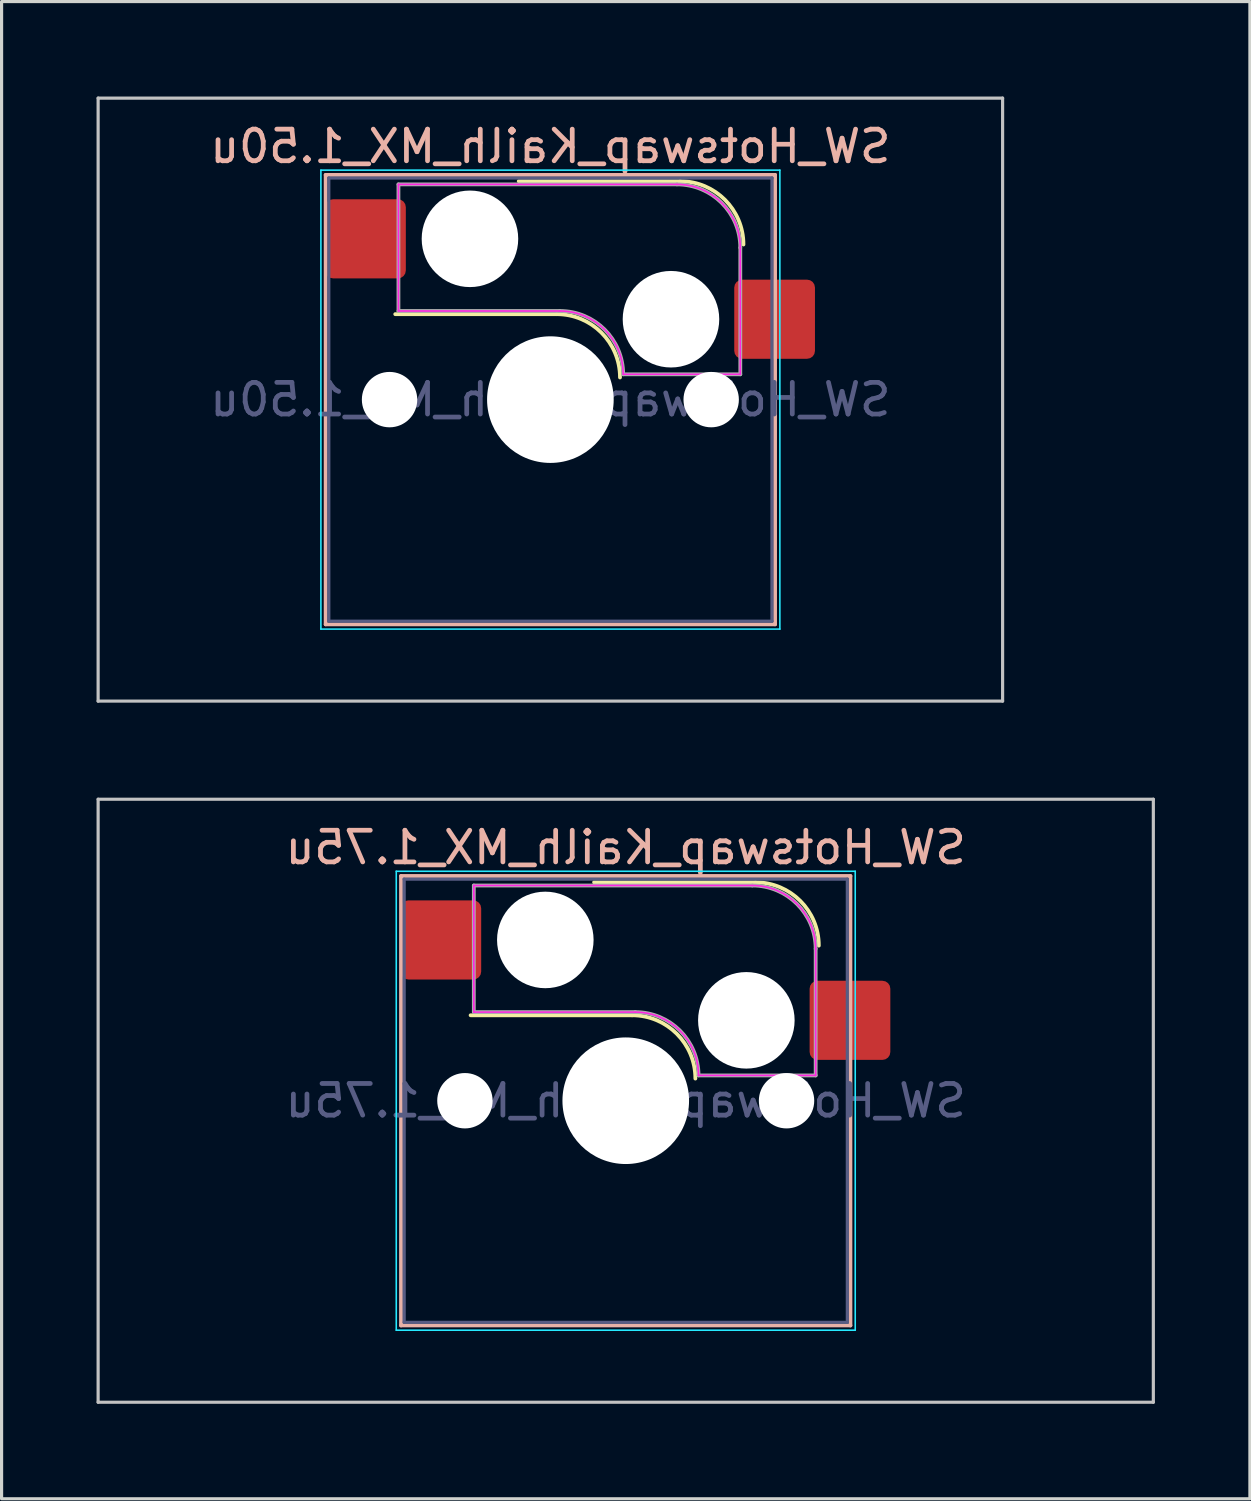
<source format=kicad_pcb>
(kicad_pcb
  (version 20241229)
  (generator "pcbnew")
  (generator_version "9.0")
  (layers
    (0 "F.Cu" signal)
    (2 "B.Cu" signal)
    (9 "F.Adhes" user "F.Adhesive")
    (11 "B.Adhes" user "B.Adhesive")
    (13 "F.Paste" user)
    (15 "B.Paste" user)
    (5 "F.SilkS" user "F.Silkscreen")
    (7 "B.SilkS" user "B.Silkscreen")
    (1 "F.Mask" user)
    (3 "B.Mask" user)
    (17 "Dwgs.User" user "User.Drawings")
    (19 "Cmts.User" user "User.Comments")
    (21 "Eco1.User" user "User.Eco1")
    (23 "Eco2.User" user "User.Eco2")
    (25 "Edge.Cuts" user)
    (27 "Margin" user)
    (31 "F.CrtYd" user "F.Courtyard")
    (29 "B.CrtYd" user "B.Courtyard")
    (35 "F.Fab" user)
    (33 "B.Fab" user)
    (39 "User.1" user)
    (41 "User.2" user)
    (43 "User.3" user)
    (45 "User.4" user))
  (footprint "SW_Hotswap_Kailh_MX_1.50u"
    (layer "F.Cu")
    (at 14.9 4.8)
    (property "Reference" "SW_Hotswap_Kailh_MX_1.50u" (at -0.562 -3.225 0) (layer "B.SilkS") (effects (font (size 1 1) (thickness 0.15)) (justify mirror)))
    (attr smd)
    (fp_line (start -0.362 2.075) (end -5.463 2.075) (stroke (width 0.12) (type solid)) (layer "F.SilkS"))
    (fp_line (start 3.538 -2.125) (end -1.562 -2.125) (stroke (width 0.12) (type solid)) (layer "F.SilkS"))
    (fp_arc (start -0.3625 2.075) (mid 1.051714 2.660786) (end 1.6375 4.075) (stroke (width 0.12) (type solid)) (layer "F.SilkS"))
    (fp_arc (start 3.5375 -2.125) (mid 4.951714 -1.539214) (end 5.5375 -0.125) (stroke (width 0.12) (type solid)) (layer "F.SilkS"))
    (fp_line (start -7.662 -2.325) (end 6.537 -2.325) (stroke (width 0.12) (type solid)) (layer "B.SilkS"))
    (fp_line (start -7.662 11.875) (end -7.662 -2.325) (stroke (width 0.12) (type solid)) (layer "B.SilkS"))
    (fp_line (start 6.537 -2.325) (end 6.537 11.875) (stroke (width 0.12) (type solid)) (layer "B.SilkS"))
    (fp_line (start 6.537 11.875) (end -7.662 11.875) (stroke (width 0.12) (type solid)) (layer "B.SilkS"))
    (fp_line (start -14.85 -4.75) (end 13.725 -4.75) (stroke (width 0.1) (type solid)) (layer "Dwgs.User"))
    (fp_line (start -14.85 14.3) (end -14.85 -4.75) (stroke (width 0.1) (type solid)) (layer "Dwgs.User"))
    (fp_line (start 13.725 -4.75) (end 13.725 14.3) (stroke (width 0.1) (type solid)) (layer "Dwgs.User"))
    (fp_line (start 13.725 14.3) (end -14.85 14.3) (stroke (width 0.1) (type solid)) (layer "Dwgs.User"))
    (fp_line (start -8.363 -1.225) (end -8.363 1.875) (stroke (width 0.1) (type solid)) (layer "Eco1.User"))
    (fp_line (start -8.363 1.875) (end -7.562 1.875) (stroke (width 0.1) (type solid)) (layer "Eco1.User"))
    (fp_line (start -8.363 7.675) (end -8.363 10.775) (stroke (width 0.1) (type solid)) (layer "Eco1.User"))
    (fp_line (start -8.363 10.775) (end -7.562 10.775) (stroke (width 0.1) (type solid)) (layer "Eco1.User"))
    (fp_line (start -7.562 -2.225) (end -7.562 -1.225) (stroke (width 0.1) (type solid)) (layer "Eco1.User"))
    (fp_line (start -7.562 -1.225) (end -8.363 -1.225) (stroke (width 0.1) (type solid)) (layer "Eco1.User"))
    (fp_line (start -7.562 1.875) (end -7.562 7.675) (stroke (width 0.1) (type solid)) (layer "Eco1.User"))
    (fp_line (start -7.562 7.675) (end -8.363 7.675) (stroke (width 0.1) (type solid)) (layer "Eco1.User"))
    (fp_line (start -7.562 10.775) (end -7.562 11.775) (stroke (width 0.1) (type solid)) (layer "Eco1.User"))
    (fp_line (start -7.562 11.775) (end 6.438 11.775) (stroke (width 0.1) (type solid)) (layer "Eco1.User"))
    (fp_line (start 6.438 -2.225) (end -7.562 -2.225) (stroke (width 0.1) (type solid)) (layer "Eco1.User"))
    (fp_line (start 6.438 -1.225) (end 6.438 -2.225) (stroke (width 0.1) (type solid)) (layer "Eco1.User"))
    (fp_line (start 6.438 1.875) (end 7.237 1.875) (stroke (width 0.1) (type solid)) (layer "Eco1.User"))
    (fp_line (start 6.438 7.675) (end 6.438 1.875) (stroke (width 0.1) (type solid)) (layer "Eco1.User"))
    (fp_line (start 6.438 10.775) (end 7.237 10.775) (stroke (width 0.1) (type solid)) (layer "Eco1.User"))
    (fp_line (start 6.438 11.775) (end 6.438 10.775) (stroke (width 0.1) (type solid)) (layer "Eco1.User"))
    (fp_line (start 7.237 -1.225) (end 6.438 -1.225) (stroke (width 0.1) (type solid)) (layer "Eco1.User"))
    (fp_line (start 7.237 1.875) (end 7.237 -1.225) (stroke (width 0.1) (type solid)) (layer "Eco1.User"))
    (fp_line (start 7.237 7.675) (end 6.438 7.675) (stroke (width 0.1) (type solid)) (layer "Eco1.User"))
    (fp_line (start 7.237 10.775) (end 7.237 7.675) (stroke (width 0.1) (type solid)) (layer "Eco1.User"))
    (fp_line (start -7.812 -2.475) (end 6.688 -2.475) (stroke (width 0.05) (type solid)) (layer "B.CrtYd"))
    (fp_line (start -7.812 12.025) (end -7.812 -2.475) (stroke (width 0.05) (type solid)) (layer "B.CrtYd"))
    (fp_line (start 6.688 -2.475) (end 6.688 12.025) (stroke (width 0.05) (type solid)) (layer "B.CrtYd"))
    (fp_line (start 6.688 12.025) (end -7.812 12.025) (stroke (width 0.05) (type solid)) (layer "B.CrtYd"))
    (fp_line (start -5.362 -2.025) (end -5.362 1.975) (stroke (width 0.05) (type solid)) (layer "F.CrtYd"))
    (fp_line (start -0.263 1.975) (end -5.362 1.975) (stroke (width 0.05) (type solid)) (layer "F.CrtYd"))
    (fp_line (start 3.438 -2.025) (end -5.362 -2.025) (stroke (width 0.05) (type solid)) (layer "F.CrtYd"))
    (fp_line (start 5.438 3.975) (end 1.738 3.975) (stroke (width 0.05) (type solid)) (layer "F.CrtYd"))
    (fp_line (start 5.438 3.975) (end 5.438 -0.025) (stroke (width 0.05) (type solid)) (layer "F.CrtYd"))
    (fp_arc (start -0.2625 1.975) (mid 1.151714 2.560786) (end 1.7375 3.975) (stroke (width 0.05) (type solid)) (layer "F.CrtYd"))
    (fp_arc (start 3.4375 -2.025) (mid 4.851714 -1.439214) (end 5.4375 -0.025) (stroke (width 0.05) (type solid)) (layer "F.CrtYd"))
    (fp_line (start -7.562 -2.225) (end 6.438 -2.225) (stroke (width 0.1) (type solid)) (layer "B.Fab"))
    (fp_line (start -7.562 11.775) (end -7.562 -2.225) (stroke (width 0.1) (type solid)) (layer "B.Fab"))
    (fp_line (start 6.438 -2.225) (end 6.438 11.775) (stroke (width 0.1) (type solid)) (layer "B.Fab"))
    (fp_line (start 6.438 11.775) (end -7.562 11.775) (stroke (width 0.1) (type solid)) (layer "B.Fab"))
    (fp_line (start -5.362 -2.025) (end -5.362 1.975) (stroke (width 0.12) (type solid)) (layer "F.Fab"))
    (fp_line (start -0.263 1.975) (end -5.362 1.975) (stroke (width 0.12) (type solid)) (layer "F.Fab"))
    (fp_line (start 3.438 -2.025) (end -5.362 -2.025) (stroke (width 0.12) (type solid)) (layer "F.Fab"))
    (fp_line (start 5.438 3.975) (end 1.738 3.975) (stroke (width 0.12) (type solid)) (layer "F.Fab"))
    (fp_line (start 5.438 3.975) (end 5.438 -0.025) (stroke (width 0.12) (type solid)) (layer "F.Fab"))
    (fp_arc (start -0.2625 1.975) (mid 1.151714 2.560786) (end 1.7375 3.975) (stroke (width 0.12) (type solid)) (layer "F.Fab"))
    (fp_arc (start 3.4375 -2.025) (mid 4.851714 -1.439214) (end 5.4375 -0.025) (stroke (width 0.12) (type solid)) (layer "F.Fab"))
    (fp_text user "${REFERENCE}" (at -0.562 4.775 0) (layer "B.Fab") (effects (font (size 1 1) (thickness 0.15)) (justify mirror)))
    (pad "" np_thru_hole circle (at -5.643 4.775) (size 1.75 1.75) (drill 1.75) (layers "*.Cu" "*.Mask"))
    (pad "" np_thru_hole circle (at -3.103 -0.305) (size 3.05 3.05) (drill 3.05) (layers "*.Cu" "*.Mask"))
    (pad "" np_thru_hole circle (at -0.562 4.775) (size 4 4) (drill 4) (layers "*.Cu" "*.Mask"))
    (pad "" np_thru_hole circle (at 3.248 2.235) (size 3.05 3.05) (drill 3.05) (layers "*.Cu" "*.Mask"))
    (pad "" np_thru_hole circle (at 4.518 4.775) (size 1.75 1.75) (drill 1.75) (layers "*.Cu" "*.Mask"))
    (pad "1" smd roundrect (at 6.522 2.235) (size 2.55 2.5) (layers "F.Cu" "F.Mask" "F.Paste") (roundrect_rratio 0.1))
    (pad "2" smd roundrect (at -6.404 -0.305) (size 2.55 2.5) (layers "F.Cu" "F.Mask" "F.Paste") (roundrect_rratio 0.1)))
  (footprint "SW_Hotswap_Kailh_MX_1.75u"
    (layer "F.Cu")
    (at 17.281 26.95)
    (property "Reference" "SW_Hotswap_Kailh_MX_1.75u" (at -0.562 -3.225 0) (layer "B.SilkS") (effects (font (size 1 1) (thickness 0.15)) (justify mirror)))
    (attr smd)
    (fp_line (start -0.362 2.075) (end -5.463 2.075) (stroke (width 0.12) (type solid)) (layer "F.SilkS"))
    (fp_line (start 3.538 -2.125) (end -1.562 -2.125) (stroke (width 0.12) (type solid)) (layer "F.SilkS"))
    (fp_arc (start -0.3625 2.075) (mid 1.051714 2.660786) (end 1.6375 4.075) (stroke (width 0.12) (type solid)) (layer "F.SilkS"))
    (fp_arc (start 3.5375 -2.125) (mid 4.951714 -1.539214) (end 5.5375 -0.125) (stroke (width 0.12) (type solid)) (layer "F.SilkS"))
    (fp_line (start -7.662 -2.325) (end 6.537 -2.325) (stroke (width 0.12) (type solid)) (layer "B.SilkS"))
    (fp_line (start -7.662 11.875) (end -7.662 -2.325) (stroke (width 0.12) (type solid)) (layer "B.SilkS"))
    (fp_line (start 6.537 -2.325) (end 6.537 11.875) (stroke (width 0.12) (type solid)) (layer "B.SilkS"))
    (fp_line (start 6.537 11.875) (end -7.662 11.875) (stroke (width 0.12) (type solid)) (layer "B.SilkS"))
    (fp_line (start -17.231 -4.75) (end 16.106 -4.75) (stroke (width 0.1) (type solid)) (layer "Dwgs.User"))
    (fp_line (start -17.231 14.3) (end -17.231 -4.75) (stroke (width 0.1) (type solid)) (layer "Dwgs.User"))
    (fp_line (start 16.106 -4.75) (end 16.106 14.3) (stroke (width 0.1) (type solid)) (layer "Dwgs.User"))
    (fp_line (start 16.106 14.3) (end -17.231 14.3) (stroke (width 0.1) (type solid)) (layer "Dwgs.User"))
    (fp_line (start -8.363 -1.225) (end -8.363 1.875) (stroke (width 0.1) (type solid)) (layer "Eco1.User"))
    (fp_line (start -8.363 1.875) (end -7.562 1.875) (stroke (width 0.1) (type solid)) (layer "Eco1.User"))
    (fp_line (start -8.363 7.675) (end -8.363 10.775) (stroke (width 0.1) (type solid)) (layer "Eco1.User"))
    (fp_line (start -8.363 10.775) (end -7.562 10.775) (stroke (width 0.1) (type solid)) (layer "Eco1.User"))
    (fp_line (start -7.562 -2.225) (end -7.562 -1.225) (stroke (width 0.1) (type solid)) (layer "Eco1.User"))
    (fp_line (start -7.562 -1.225) (end -8.363 -1.225) (stroke (width 0.1) (type solid)) (layer "Eco1.User"))
    (fp_line (start -7.562 1.875) (end -7.562 7.675) (stroke (width 0.1) (type solid)) (layer "Eco1.User"))
    (fp_line (start -7.562 7.675) (end -8.363 7.675) (stroke (width 0.1) (type solid)) (layer "Eco1.User"))
    (fp_line (start -7.562 10.775) (end -7.562 11.775) (stroke (width 0.1) (type solid)) (layer "Eco1.User"))
    (fp_line (start -7.562 11.775) (end 6.438 11.775) (stroke (width 0.1) (type solid)) (layer "Eco1.User"))
    (fp_line (start 6.438 -2.225) (end -7.562 -2.225) (stroke (width 0.1) (type solid)) (layer "Eco1.User"))
    (fp_line (start 6.438 -1.225) (end 6.438 -2.225) (stroke (width 0.1) (type solid)) (layer "Eco1.User"))
    (fp_line (start 6.438 1.875) (end 7.237 1.875) (stroke (width 0.1) (type solid)) (layer "Eco1.User"))
    (fp_line (start 6.438 7.675) (end 6.438 1.875) (stroke (width 0.1) (type solid)) (layer "Eco1.User"))
    (fp_line (start 6.438 10.775) (end 7.237 10.775) (stroke (width 0.1) (type solid)) (layer "Eco1.User"))
    (fp_line (start 6.438 11.775) (end 6.438 10.775) (stroke (width 0.1) (type solid)) (layer "Eco1.User"))
    (fp_line (start 7.237 -1.225) (end 6.438 -1.225) (stroke (width 0.1) (type solid)) (layer "Eco1.User"))
    (fp_line (start 7.237 1.875) (end 7.237 -1.225) (stroke (width 0.1) (type solid)) (layer "Eco1.User"))
    (fp_line (start 7.237 7.675) (end 6.438 7.675) (stroke (width 0.1) (type solid)) (layer "Eco1.User"))
    (fp_line (start 7.237 10.775) (end 7.237 7.675) (stroke (width 0.1) (type solid)) (layer "Eco1.User"))
    (fp_line (start -7.812 -2.475) (end 6.688 -2.475) (stroke (width 0.05) (type solid)) (layer "B.CrtYd"))
    (fp_line (start -7.812 12.025) (end -7.812 -2.475) (stroke (width 0.05) (type solid)) (layer "B.CrtYd"))
    (fp_line (start 6.688 -2.475) (end 6.688 12.025) (stroke (width 0.05) (type solid)) (layer "B.CrtYd"))
    (fp_line (start 6.688 12.025) (end -7.812 12.025) (stroke (width 0.05) (type solid)) (layer "B.CrtYd"))
    (fp_line (start -5.362 -2.025) (end -5.362 1.975) (stroke (width 0.05) (type solid)) (layer "F.CrtYd"))
    (fp_line (start -0.263 1.975) (end -5.362 1.975) (stroke (width 0.05) (type solid)) (layer "F.CrtYd"))
    (fp_line (start 3.438 -2.025) (end -5.362 -2.025) (stroke (width 0.05) (type solid)) (layer "F.CrtYd"))
    (fp_line (start 5.438 3.975) (end 1.738 3.975) (stroke (width 0.05) (type solid)) (layer "F.CrtYd"))
    (fp_line (start 5.438 3.975) (end 5.438 -0.025) (stroke (width 0.05) (type solid)) (layer "F.CrtYd"))
    (fp_arc (start -0.2625 1.975) (mid 1.151714 2.560786) (end 1.7375 3.975) (stroke (width 0.05) (type solid)) (layer "F.CrtYd"))
    (fp_arc (start 3.4375 -2.025) (mid 4.851714 -1.439214) (end 5.4375 -0.025) (stroke (width 0.05) (type solid)) (layer "F.CrtYd"))
    (fp_line (start -7.562 -2.225) (end 6.438 -2.225) (stroke (width 0.1) (type solid)) (layer "B.Fab"))
    (fp_line (start -7.562 11.775) (end -7.562 -2.225) (stroke (width 0.1) (type solid)) (layer "B.Fab"))
    (fp_line (start 6.438 -2.225) (end 6.438 11.775) (stroke (width 0.1) (type solid)) (layer "B.Fab"))
    (fp_line (start 6.438 11.775) (end -7.562 11.775) (stroke (width 0.1) (type solid)) (layer "B.Fab"))
    (fp_line (start -5.362 -2.025) (end -5.362 1.975) (stroke (width 0.12) (type solid)) (layer "F.Fab"))
    (fp_line (start -0.263 1.975) (end -5.362 1.975) (stroke (width 0.12) (type solid)) (layer "F.Fab"))
    (fp_line (start 3.438 -2.025) (end -5.362 -2.025) (stroke (width 0.12) (type solid)) (layer "F.Fab"))
    (fp_line (start 5.438 3.975) (end 1.738 3.975) (stroke (width 0.12) (type solid)) (layer "F.Fab"))
    (fp_line (start 5.438 3.975) (end 5.438 -0.025) (stroke (width 0.12) (type solid)) (layer "F.Fab"))
    (fp_arc (start -0.2625 1.975) (mid 1.151714 2.560786) (end 1.7375 3.975) (stroke (width 0.12) (type solid)) (layer "F.Fab"))
    (fp_arc (start 3.4375 -2.025) (mid 4.851714 -1.439214) (end 5.4375 -0.025) (stroke (width 0.12) (type solid)) (layer "F.Fab"))
    (fp_text user "${REFERENCE}" (at -0.562 4.775 0) (layer "B.Fab") (effects (font (size 1 1) (thickness 0.15)) (justify mirror)))
    (pad "" np_thru_hole circle (at -5.643 4.775) (size 1.75 1.75) (drill 1.75) (layers "*.Cu" "*.Mask"))
    (pad "" np_thru_hole circle (at -3.103 -0.305) (size 3.05 3.05) (drill 3.05) (layers "*.Cu" "*.Mask"))
    (pad "" np_thru_hole circle (at -0.562 4.775) (size 4 4) (drill 4) (layers "*.Cu" "*.Mask"))
    (pad "" np_thru_hole circle (at 3.248 2.235) (size 3.05 3.05) (drill 3.05) (layers "*.Cu" "*.Mask"))
    (pad "" np_thru_hole circle (at 4.518 4.775) (size 1.75 1.75) (drill 1.75) (layers "*.Cu" "*.Mask"))
    (pad "1" smd roundrect (at 6.522 2.235) (size 2.55 2.5) (layers "F.Cu" "F.Mask" "F.Paste") (roundrect_rratio 0.1))
    (pad "2" smd roundrect (at -6.404 -0.305) (size 2.55 2.5) (layers "F.Cu" "F.Mask" "F.Paste") (roundrect_rratio 0.1)))
  (gr_rect
    (start -3 -3)
    (end 36.438 44.3)
    (stroke (width 0.1) (type default))
    (fill no)
    (layer "Edge.Cuts")))
</source>
